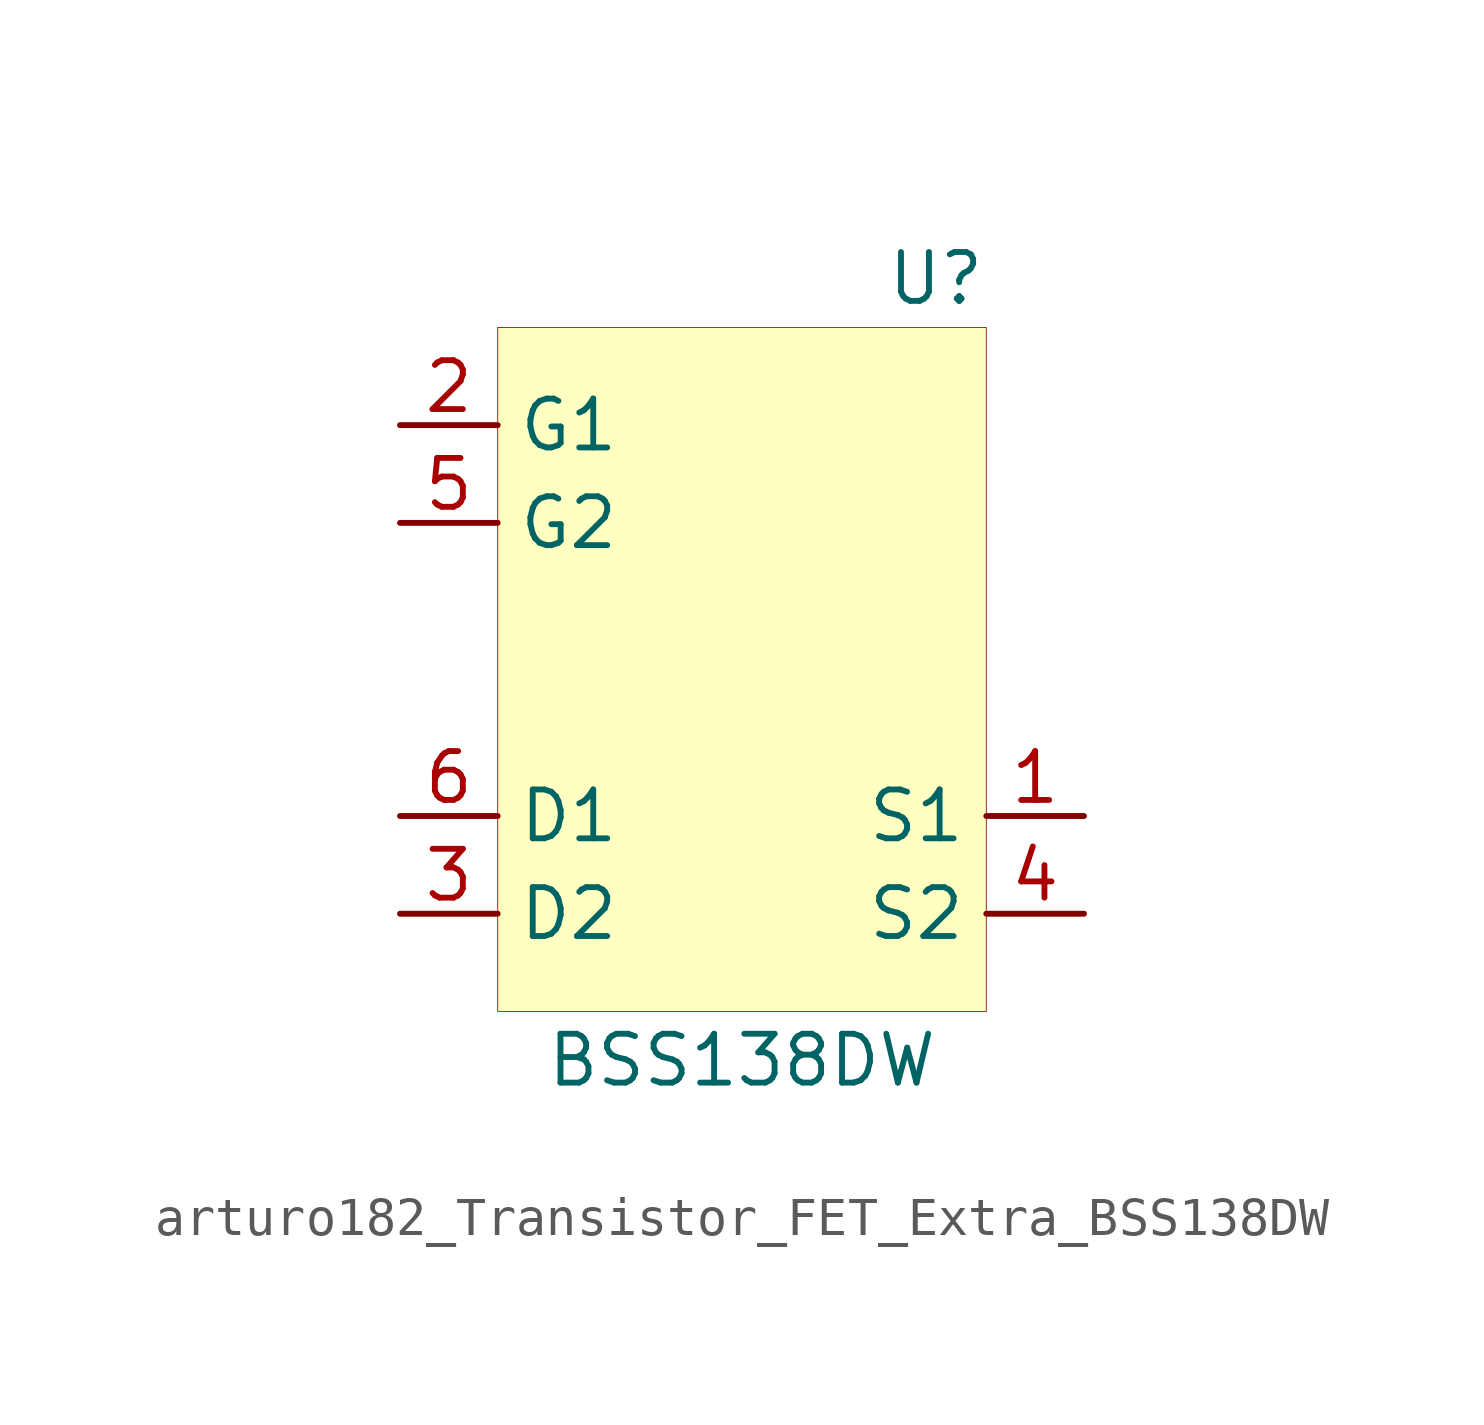
<source format=kicad_sym>
(kicad_symbol_lib
  (version 20220914)
  (generator kicad_symbol_editor)
  (symbol "Transistor_FET_Extra:arturo182_Transistor_FET_Extra_BSS138DW"
    (property "Reference" "U"
      (at 6.35 10.16 0)
      (effects (font (size 1.27 1.27)) (justify right)))
    (property "Value" "BSS138DW"
      (at 0 -10.16 0)
      (effects (font (size 1.27 1.27))))
    (symbol "arturo182_Transistor_FET_Extra_BSS138DW_0_1"
      (rectangle (start -6.35 8.89) (end 6.35 -8.89) (stroke (width 0.001)) (fill (type background))))
    (symbol "arturo182_Transistor_FET_Extra_BSS138DW_0_0"
      (pin passive line (at 8.89 -3.81 180) (length 2.54) (name "S1" (effects (font (size 1.27 1.27)))) (number "1" (effects (font (size 1.27 1.27)))))
      (pin input line (at -8.89 6.35 0) (length 2.54) (name "G1" (effects (font (size 1.27 1.27)))) (number "2" (effects (font (size 1.27 1.27)))))
      (pin passive line (at -8.89 -6.35 0) (length 2.54) (name "D2" (effects (font (size 1.27 1.27)))) (number "3" (effects (font (size 1.27 1.27)))))
      (pin passive line (at 8.89 -6.35 180) (length 2.54) (name "S2" (effects (font (size 1.27 1.27)))) (number "4" (effects (font (size 1.27 1.27)))))
      (pin input line (at -8.89 3.81 0) (length 2.54) (name "G2" (effects (font (size 1.27 1.27)))) (number "5" (effects (font (size 1.27 1.27)))))
      (pin passive line (at -8.89 -3.81 0) (length 2.54) (name "D1" (effects (font (size 1.27 1.27)))) (number "6" (effects (font (size 1.27 1.27))))))))
</source>
